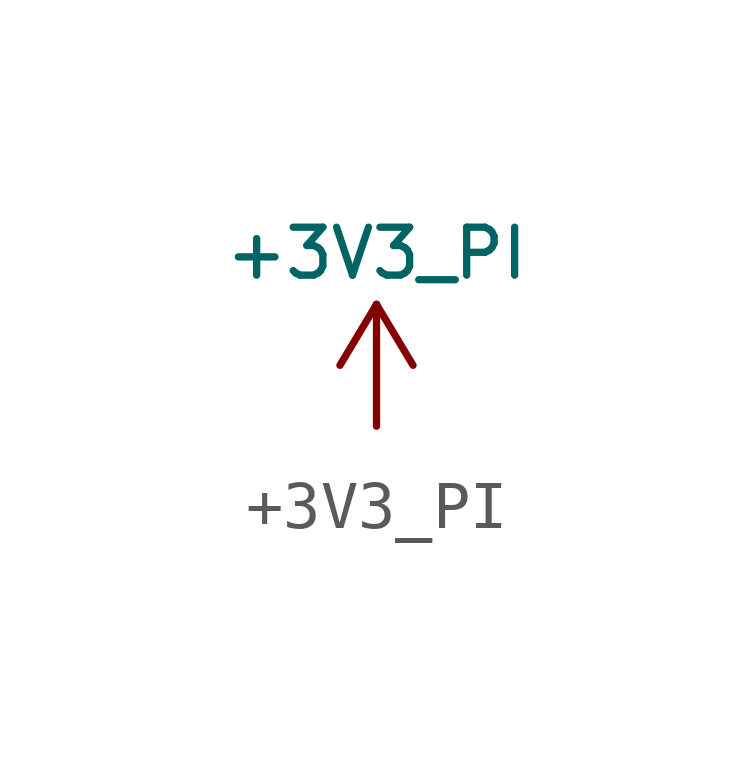
<source format=kicad_sym>
(kicad_symbol_lib
  (version 20241209)
  (generator "kicad_symbol_editor")
  (generator_version "9.0")
  (symbol "+3V3_PI"
    (power)
    (pin_names
      (offset 0))
    (property "Reference" "#PWR?"
      (at 0 -3.81 0)
      (effects (font (size 1.27 1.27)) (hide yes)))
    (property "Value" "+3V3_PI"
      (at 0 3.605 0)
      (effects (font (size 1 1))))
    (symbol "+3V3_PI_0_1"
      (polyline (pts (xy -0.762 1.27) (xy 0 2.54)) (stroke (width 0) (type default)) (fill (type none)))
      (polyline (pts (xy 0 2.54) (xy 0.762 1.27)) (stroke (width 0) (type default)) (fill (type none)))
      (polyline (pts (xy 0 0) (xy 0 2.54)) (stroke (width 0) (type default)) (fill (type none))))
    (symbol "+3V3_PI_1_1"
      (pin power_in line (at 0 0 90) (length 0) (hide yes) (name "+3V3_PI" (effects (font (size 1.27 1.27)))) (number "1" (effects (font (size 1.27 1.27))))))))
</source>
